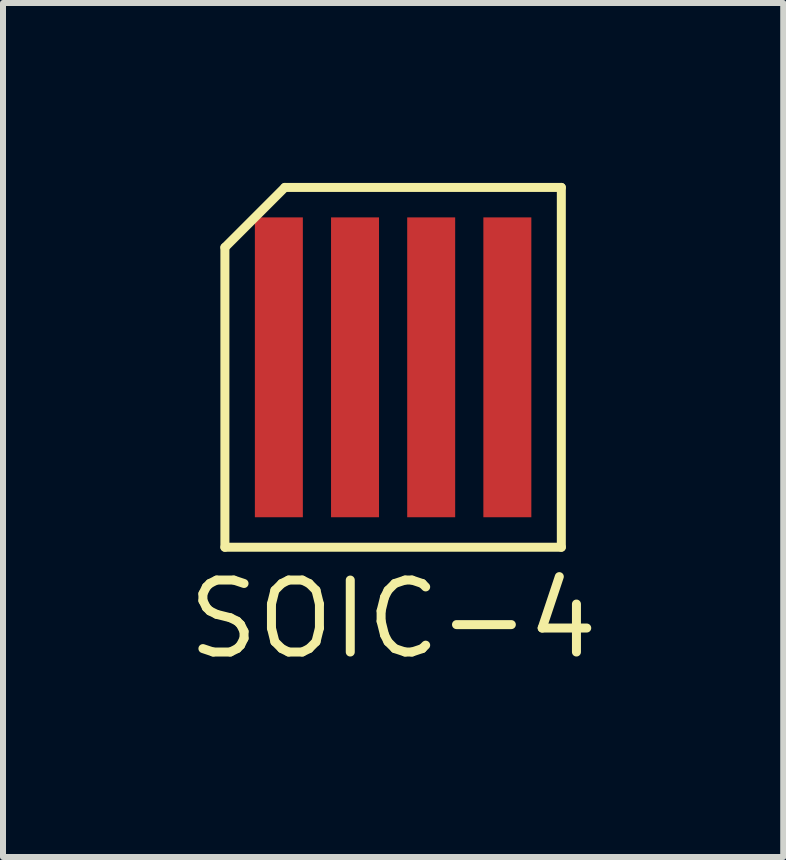
<source format=kicad_pcb>
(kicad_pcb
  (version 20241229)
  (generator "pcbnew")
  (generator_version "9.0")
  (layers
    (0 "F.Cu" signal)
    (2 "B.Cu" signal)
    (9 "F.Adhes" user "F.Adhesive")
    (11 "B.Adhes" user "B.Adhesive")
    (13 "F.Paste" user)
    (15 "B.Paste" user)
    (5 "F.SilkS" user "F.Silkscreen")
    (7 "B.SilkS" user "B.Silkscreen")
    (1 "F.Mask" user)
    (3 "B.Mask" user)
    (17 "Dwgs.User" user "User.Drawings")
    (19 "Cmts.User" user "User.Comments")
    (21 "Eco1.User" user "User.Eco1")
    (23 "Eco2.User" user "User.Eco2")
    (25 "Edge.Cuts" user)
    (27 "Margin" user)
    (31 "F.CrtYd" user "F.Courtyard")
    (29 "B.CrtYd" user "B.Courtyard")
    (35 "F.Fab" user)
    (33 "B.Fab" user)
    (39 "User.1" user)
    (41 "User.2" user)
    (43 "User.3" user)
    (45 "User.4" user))
  (footprint "SOIC-4"
    (layer "F.Cu")
    (at 3.505 3.075)
    (property "Reference" "SOIC-4" (at 0 4.2 0) (layer "F.SilkS") (effects (font (size 1.2 1.2) (thickness 0.15))))
    (attr through_hole)
    (fp_line (start -2.805 -2) (end -2.805 3) (stroke (width 0.15) (type solid)) (layer "F.SilkS"))
    (fp_line (start -2.805 3) (end 2.805 3) (stroke (width 0.15) (type solid)) (layer "F.SilkS"))
    (fp_line (start -1.805 -3) (end -2.805 -2) (stroke (width 0.15) (type solid)) (layer "F.SilkS"))
    (fp_line (start 2.805 -3) (end -1.805 -3) (stroke (width 0.15) (type solid)) (layer "F.SilkS"))
    (fp_line (start 2.805 3) (end 2.805 -3) (stroke (width 0.15) (type solid)) (layer "F.SilkS"))
    (pad "1" smd rect (at -1.905 0) (size 0.8 5) (layers "F.Cu" "F.Mask" "F.Paste"))
    (pad "2" smd rect (at -0.635 0) (size 0.8 5) (layers "F.Cu" "F.Mask" "F.Paste"))
    (pad "3" smd rect (at 0.635 0) (size 0.8 5) (layers "F.Cu" "F.Mask" "F.Paste"))
    (pad "4" smd rect (at 1.905 0) (size 0.8 5) (layers "F.Cu" "F.Mask" "F.Paste")))
  (gr_rect
    (start -3 -3)
    (end 10.01 11.24)
    (stroke (width 0.1) (type default))
    (fill no)
    (layer "Edge.Cuts")))
</source>
